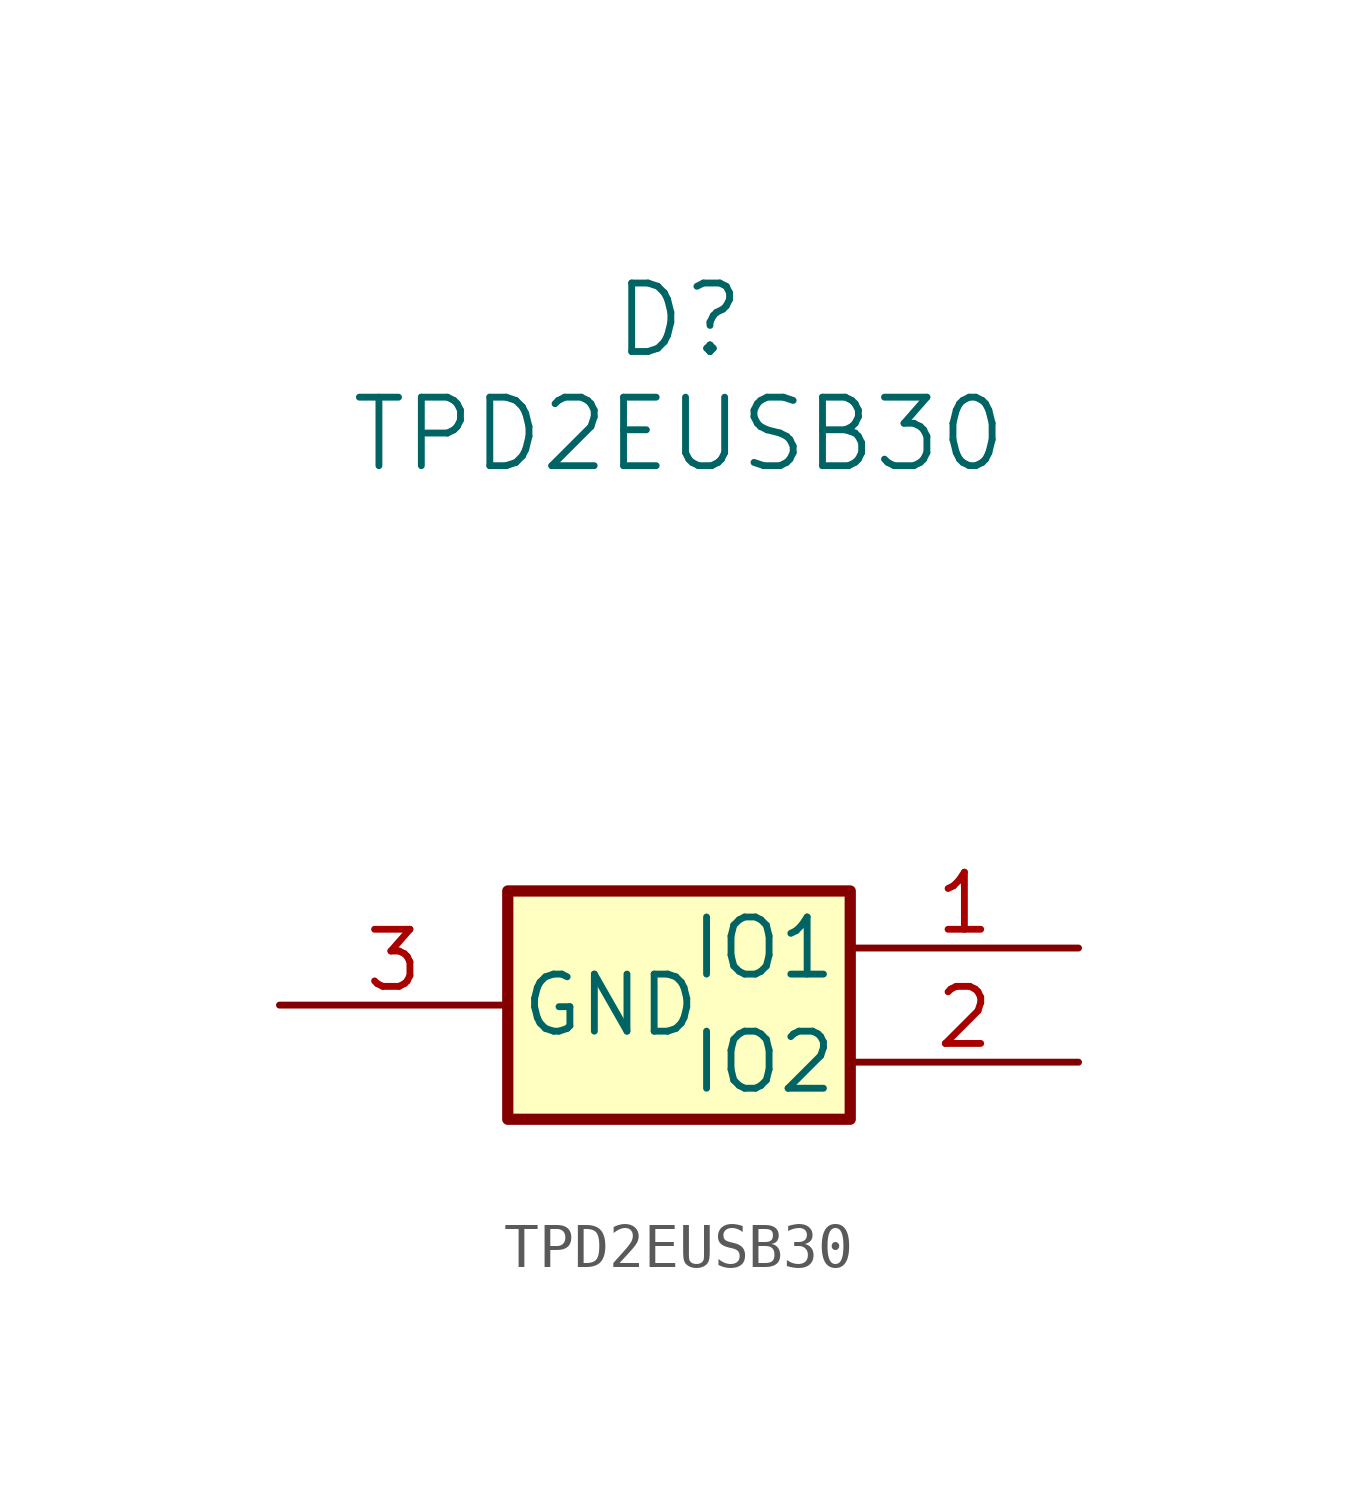
<source format=kicad_sym>
(kicad_symbol_lib
  (version 20231120)
  (generator "kicad_symbol_editor")
  (generator_version "8.0")
  (symbol "TPD2EUSB30"
    (pin_names
      (offset 0.254))
    (property "Reference" "D"
      (at 0 15.24 0)
      (effects (font (size 1.524 1.524))))
    (property "Value" "TPD2EUSB30"
      (at 0 12.7 0)
      (effects (font (size 1.524 1.524))))
    (symbol "TPD2EUSB30_0_1"
      (pin power_in line (at -8.89 0 0) (length 5.08) (name "GND" (effects (font (size 1.27 1.27)))) (number "3" (effects (font (size 1.27 1.27))))))
    (symbol "TPD2EUSB30_1_1"
      (rectangle (start -3.81 2.54) (end 3.81 -2.54) (stroke (width 0.25) (type default)) (fill (type background)))
      (pin unspecified line (at 8.89 1.27 180) (length 5.08) (name "IO1" (effects (font (size 1.27 1.27)))) (number "1" (effects (font (size 1.27 1.27)))))
      (pin unspecified line (at 8.89 -1.27 180) (length 5.08) (name "IO2" (effects (font (size 1.27 1.27)))) (number "2" (effects (font (size 1.27 1.27))))))))
</source>
